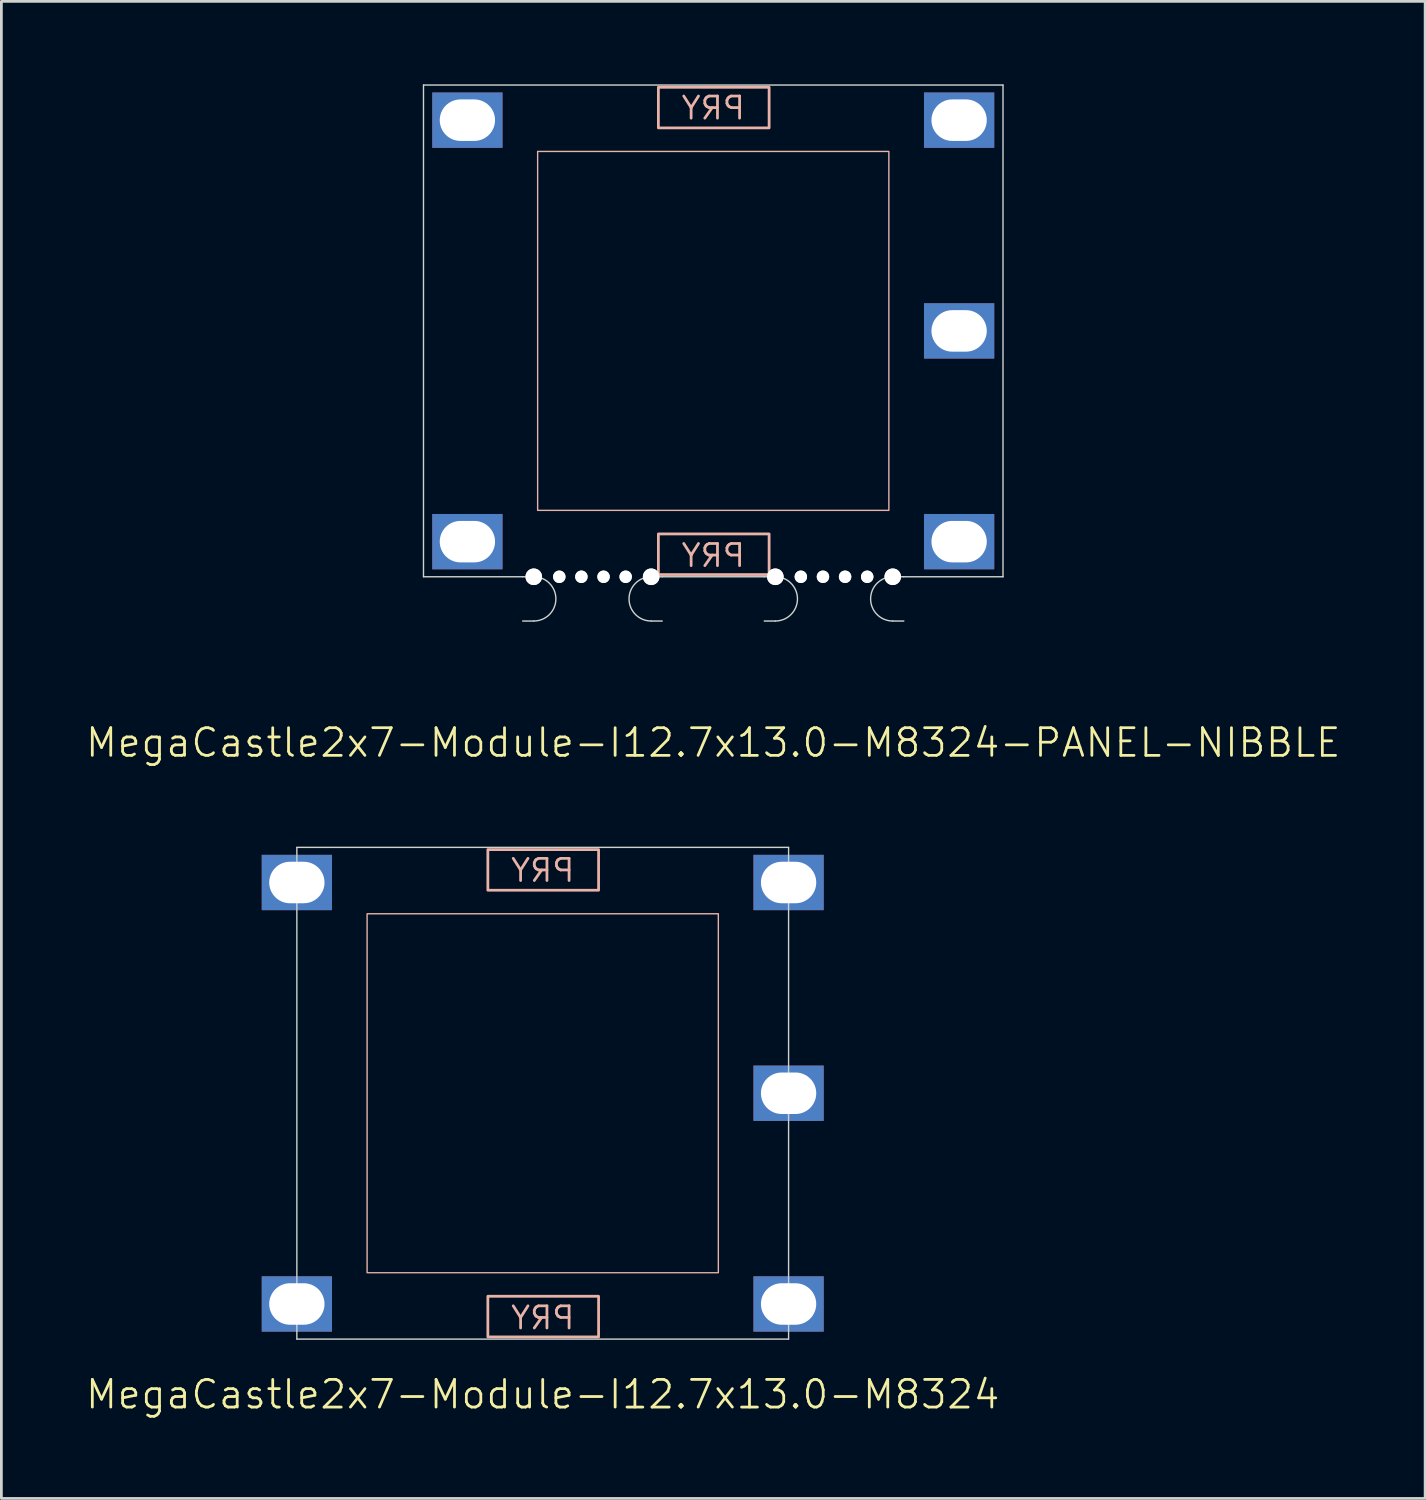
<source format=kicad_pcb>
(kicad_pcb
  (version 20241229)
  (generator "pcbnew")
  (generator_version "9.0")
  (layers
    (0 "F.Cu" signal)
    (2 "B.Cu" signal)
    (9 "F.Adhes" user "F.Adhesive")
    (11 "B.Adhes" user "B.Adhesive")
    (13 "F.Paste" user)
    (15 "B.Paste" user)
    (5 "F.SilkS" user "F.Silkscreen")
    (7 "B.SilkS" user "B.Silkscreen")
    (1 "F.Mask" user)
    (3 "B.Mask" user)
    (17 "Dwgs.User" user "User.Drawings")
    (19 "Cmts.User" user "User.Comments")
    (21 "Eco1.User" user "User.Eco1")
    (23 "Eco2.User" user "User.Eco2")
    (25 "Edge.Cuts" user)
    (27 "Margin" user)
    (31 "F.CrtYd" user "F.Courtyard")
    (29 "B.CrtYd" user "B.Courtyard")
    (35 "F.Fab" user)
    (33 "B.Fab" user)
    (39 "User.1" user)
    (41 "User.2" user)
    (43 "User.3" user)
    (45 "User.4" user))
  (footprint "MegaCastle2x7-Module-I12.7x13.0-M8324-PANEL-NIBBLE"
    (layer "F.Cu")
    (at 22.74 8.915)
    (property "Reference" "MegaCastle2x7-Module-I12.7x13.0-M8324-PANEL-NIBBLE" (at 0 14.89 0) (unlocked yes) (layer "F.SilkS") (effects (font (size 1 1) (thickness 0.1))))
    (attr smd)
    (fp_rect (start -6.35 6.49) (end 6.35 -6.49) (stroke (width 0.05) (type default)) (fill no) (layer "B.SilkS"))
    (fp_rect (start -1.984 -7.341) (end 2.02 -8.81) (stroke (width 0.1) (type default)) (fill no) (layer "B.SilkS"))
    (fp_rect (start -1.984 7.341) (end 2.02 8.81) (stroke (width 0.1) (type default)) (fill no) (layer "B.SilkS"))
    (fp_line (start -10.477 -8.89) (end -10.477 8.89) (stroke (width 0.05) (type default)) (layer "Edge.Cuts"))
    (fp_line (start -10.477 -8.89) (end 10.477 -8.89) (stroke (width 0.05) (type default)) (layer "Edge.Cuts"))
    (fp_line (start -10.477 8.89) (end -6.89 8.89) (stroke (width 0.05) (type default)) (layer "Edge.Cuts"))
    (fp_line (start -6.89 8.89) (end -6.49 8.89) (stroke (width 0.05) (type default)) (layer "Edge.Cuts"))
    (fp_line (start -6.89 10.49) (end -6.49 10.49) (stroke (width 0.05) (type default)) (layer "Edge.Cuts"))
    (fp_line (start -1.845 8.89) (end -2.245 8.89) (stroke (width 0.05) (type default)) (layer "Edge.Cuts"))
    (fp_line (start -1.845 8.89) (end 1.845 8.89) (stroke (width 0.05) (type default)) (layer "Edge.Cuts"))
    (fp_line (start -1.845 10.49) (end -2.245 10.49) (stroke (width 0.05) (type default)) (layer "Edge.Cuts"))
    (fp_line (start 1.845 8.89) (end 2.245 8.89) (stroke (width 0.05) (type default)) (layer "Edge.Cuts"))
    (fp_line (start 1.845 10.49) (end 2.245 10.49) (stroke (width 0.05) (type default)) (layer "Edge.Cuts"))
    (fp_line (start 6.89 8.89) (end 6.49 8.89) (stroke (width 0.05) (type default)) (layer "Edge.Cuts"))
    (fp_line (start 6.89 8.89) (end 10.477 8.89) (stroke (width 0.05) (type default)) (layer "Edge.Cuts"))
    (fp_line (start 6.89 10.49) (end 6.49 10.49) (stroke (width 0.05) (type default)) (layer "Edge.Cuts"))
    (fp_line (start 10.477 -8.89) (end 10.477 8.89) (stroke (width 0.05) (type default)) (layer "Edge.Cuts"))
    (fp_arc (start -6.49 8.89) (mid -5.69 9.69) (end -6.49 10.49) (stroke (width 0.05) (type default)) (layer "Edge.Cuts"))
    (fp_arc (start -2.245 10.49) (mid -3.045 9.69) (end -2.245 8.89) (stroke (width 0.05) (type default)) (layer "Edge.Cuts"))
    (fp_arc (start 2.245 8.89) (mid 3.045 9.69) (end 2.245 10.49) (stroke (width 0.05) (type default)) (layer "Edge.Cuts"))
    (fp_arc (start 6.49 10.49) (mid 5.69 9.69) (end 6.49 8.89) (stroke (width 0.05) (type default)) (layer "Edge.Cuts"))
    (fp_text user "PRY" (at 0 8.59 0) (unlocked yes) (layer "B.SilkS") (effects (font (size 0.8 0.8) (thickness 0.1)) (justify bottom mirror)))
    (fp_text user "PRY" (at 0 -7.59 0) (unlocked yes) (layer "B.SilkS") (effects (font (size 0.8 0.8) (thickness 0.1)) (justify bottom mirror)))
    (pad "" np_thru_hole circle (at -6.49 8.89) (size 0.6 0.6) (drill 0.6) (layers "*.Cu" "Edge.Cuts"))
    (pad "" np_thru_hole circle (at -5.567 8.89) (size 0.45 0.45) (drill 0.45) (layers "*.Cu" "Edge.Cuts"))
    (pad "" np_thru_hole circle (at -4.768 8.89) (size 0.45 0.45) (drill 0.45) (layers "*.Cu" "Edge.Cuts"))
    (pad "" np_thru_hole circle (at -3.967 8.89) (size 0.45 0.45) (drill 0.45) (layers "*.Cu" "Edge.Cuts"))
    (pad "" np_thru_hole circle (at -3.167 8.89) (size 0.45 0.45) (drill 0.45) (layers "*.Cu" "Edge.Cuts"))
    (pad "" np_thru_hole circle (at -2.245 8.89) (size 0.6 0.6) (drill 0.6) (layers "*.Cu" "Edge.Cuts"))
    (pad "" np_thru_hole circle (at 2.245 8.89) (size 0.6 0.6) (drill 0.6) (layers "*.Cu" "Edge.Cuts"))
    (pad "" np_thru_hole circle (at 3.167 8.89) (size 0.45 0.45) (drill 0.45) (layers "*.Cu" "Edge.Cuts"))
    (pad "" np_thru_hole circle (at 3.967 8.89) (size 0.45 0.45) (drill 0.45) (layers "*.Cu" "Edge.Cuts"))
    (pad "" np_thru_hole circle (at 4.767 8.89) (size 0.45 0.45) (drill 0.45) (layers "*.Cu" "Edge.Cuts"))
    (pad "" np_thru_hole circle (at 5.567 8.89) (size 0.45 0.45) (drill 0.45) (layers "*.Cu" "Edge.Cuts"))
    (pad "" np_thru_hole circle (at 6.49 8.89) (size 0.6 0.6) (drill 0.6) (layers "*.Cu" "Edge.Cuts"))
    (pad "1" thru_hole rect (at -8.89 -7.62) (size 2.54 2) (drill oval 2 1.5) (property pad_prop_castellated) (layers "*.Cu" "*.Mask"))
    (pad "7" thru_hole rect (at -8.89 7.62) (size 2.54 2) (drill oval 2 1.5) (property pad_prop_castellated) (layers "*.Cu" "*.Mask"))
    (pad "8" thru_hole rect (at 8.89 -7.62) (size 2.54 2) (drill oval 2 1.5) (property pad_prop_castellated) (layers "*.Cu" "*.Mask"))
    (pad "11" thru_hole rect (at 8.89 0) (size 2.54 2) (drill oval 2 1.5) (property pad_prop_castellated) (layers "*.Cu" "*.Mask"))
    (pad "14" thru_hole rect (at 8.89 7.62) (size 2.54 2) (drill oval 2 1.5) (property pad_prop_castellated) (layers "*.Cu" "*.Mask"))
    (zone (net_name "") (layer "B.Cu") (hatch edge 0.5) (connect_pads) (min_thickness 0.25) (filled_areas_thickness no) (keepout (tracks allowed) (vias allowed) (pads allowed) (copperpour allowed) (footprints not_allowed)) (placement (enabled no)) (fill) (polygon (pts (xy 13.85 17.805) (xy 13.85 0.025) (xy 16.39 0.025) (xy 16.39 17.805))))
    (zone (net_name "") (layer "B.Cu") (hatch edge 0.5) (connect_pads) (min_thickness 0.25) (filled_areas_thickness no) (keepout (tracks allowed) (vias allowed) (pads allowed) (copperpour allowed) (footprints not_allowed)) (placement (enabled no)) (fill) (polygon (pts (xy 16.39 0.025) (xy 16.39 2.425) (xy 29.09 2.425) (xy 29.09 0.025))))
    (zone (net_name "") (layer "B.Cu") (hatch edge 0.5) (connect_pads) (min_thickness 0.25) (filled_areas_thickness no) (keepout (tracks allowed) (vias allowed) (pads allowed) (copperpour allowed) (footprints not_allowed)) (placement (enabled no)) (fill) (polygon (pts (xy 16.39 17.805) (xy 16.39 15.405) (xy 29.09 15.405) (xy 29.09 17.805))))
    (zone (net_name "") (layer "B.Cu") (name "Upper Pry Zone") (hatch edge 0.5) (connect_pads) (min_thickness 0.25) (filled_areas_thickness no) (keepout (tracks not_allowed) (vias not_allowed) (pads not_allowed) (copperpour allowed) (footprints not_allowed)) (placement (enabled no)) (fill) (polygon (pts (xy 20.756 1.574) (xy 20.756 0.105) (xy 24.76 0.105) (xy 24.76 1.574))))
    (zone (net_name "") (layer "B.Cu") (name "Upper Pry Zone") (hatch edge 0.5) (connect_pads) (min_thickness 0.25) (filled_areas_thickness no) (keepout (tracks not_allowed) (vias not_allowed) (pads not_allowed) (copperpour allowed) (footprints not_allowed)) (placement (enabled no)) (fill) (polygon (pts (xy 20.756 16.256) (xy 20.756 17.725) (xy 24.76 17.725) (xy 24.76 16.256))))
    (zone (net_name "") (layer "B.Cu") (hatch edge 0.5) (connect_pads) (min_thickness 0.25) (filled_areas_thickness no) (keepout (tracks allowed) (vias allowed) (pads allowed) (copperpour allowed) (footprints not_allowed)) (placement (enabled no)) (fill) (polygon (pts (xy 31.63 17.805) (xy 31.63 0.025) (xy 29.09 0.025) (xy 29.09 17.805)))))
  (footprint "MegaCastle2x7-Module-I12.7x13.0-M8324"
    (layer "F.Cu")
    (at 16.574 36.48)
    (property "Reference" "MegaCastle2x7-Module-I12.7x13.0-M8324" (at 0 10.89 0) (unlocked yes) (layer "F.SilkS") (effects (font (size 1 1) (thickness 0.1))))
    (attr smd)
    (fp_rect (start -6.35 6.49) (end 6.35 -6.49) (stroke (width 0.05) (type default)) (fill no) (layer "B.SilkS"))
    (fp_rect (start -1.984 -7.341) (end 2.02 -8.81) (stroke (width 0.1) (type default)) (fill no) (layer "B.SilkS"))
    (fp_rect (start -1.984 7.341) (end 2.02 8.81) (stroke (width 0.1) (type default)) (fill no) (layer "B.SilkS"))
    (fp_line (start -8.89 -8.89) (end -8.89 8.89) (stroke (width 0.05) (type default)) (layer "Edge.Cuts"))
    (fp_line (start -8.89 -8.89) (end 8.89 -8.89) (stroke (width 0.05) (type default)) (layer "Edge.Cuts"))
    (fp_line (start -8.89 8.89) (end 8.89 8.89) (stroke (width 0.05) (type default)) (layer "Edge.Cuts"))
    (fp_line (start 8.89 -8.89) (end 8.89 8.89) (stroke (width 0.05) (type default)) (layer "Edge.Cuts"))
    (fp_text user "PRY" (at 0 -7.59 0) (unlocked yes) (layer "B.SilkS") (effects (font (size 0.8 0.8) (thickness 0.1)) (justify bottom mirror)))
    (fp_text user "PRY" (at 0 8.59 0) (unlocked yes) (layer "B.SilkS") (effects (font (size 0.8 0.8) (thickness 0.1)) (justify bottom mirror)))
    (pad "1" thru_hole rect (at -8.89 -7.62) (size 2.54 2) (drill oval 2 1.5) (property pad_prop_castellated) (layers "*.Cu" "*.Mask"))
    (pad "7" thru_hole rect (at -8.89 7.62) (size 2.54 2) (drill oval 2 1.5) (property pad_prop_castellated) (layers "*.Cu" "*.Mask"))
    (pad "8" thru_hole rect (at 8.89 -7.62) (size 2.54 2) (drill oval 2 1.5) (property pad_prop_castellated) (layers "*.Cu" "*.Mask"))
    (pad "11" thru_hole rect (at 8.89 0) (size 2.54 2) (drill oval 2 1.5) (property pad_prop_castellated) (layers "*.Cu" "*.Mask"))
    (pad "14" thru_hole rect (at 8.89 7.62) (size 2.54 2) (drill oval 2 1.5) (property pad_prop_castellated) (layers "*.Cu" "*.Mask"))
    (zone (net_name "") (layer "B.Cu") (hatch edge 0.5) (connect_pads) (min_thickness 0.25) (filled_areas_thickness no) (keepout (tracks allowed) (vias allowed) (pads allowed) (copperpour allowed) (footprints not_allowed)) (placement (enabled no)) (fill) (polygon (pts (xy 7.684 45.37) (xy 7.684 27.59) (xy 10.224 27.59) (xy 10.224 45.37))))
    (zone (net_name "") (layer "B.Cu") (hatch edge 0.5) (connect_pads) (min_thickness 0.25) (filled_areas_thickness no) (keepout (tracks allowed) (vias allowed) (pads allowed) (copperpour allowed) (footprints not_allowed)) (placement (enabled no)) (fill) (polygon (pts (xy 10.224 27.59) (xy 10.224 29.991) (xy 22.924 29.991) (xy 22.924 27.59))))
    (zone (net_name "") (layer "B.Cu") (hatch edge 0.5) (connect_pads) (min_thickness 0.25) (filled_areas_thickness no) (keepout (tracks allowed) (vias allowed) (pads allowed) (copperpour allowed) (footprints not_allowed)) (placement (enabled no)) (fill) (polygon (pts (xy 10.224 45.37) (xy 10.224 42.971) (xy 22.924 42.971) (xy 22.924 45.37))))
    (zone (net_name "") (layer "B.Cu") (name "Upper Pry Zone") (hatch edge 0.5) (connect_pads) (min_thickness 0.25) (filled_areas_thickness no) (keepout (tracks not_allowed) (vias not_allowed) (pads not_allowed) (copperpour allowed) (footprints not_allowed)) (placement (enabled no)) (fill) (polygon (pts (xy 14.59 29.139) (xy 14.59 27.671) (xy 18.593 27.671) (xy 18.593 29.139))))
    (zone (net_name "") (layer "B.Cu") (name "Upper Pry Zone") (hatch edge 0.5) (connect_pads) (min_thickness 0.25) (filled_areas_thickness no) (keepout (tracks not_allowed) (vias not_allowed) (pads not_allowed) (copperpour allowed) (footprints not_allowed)) (placement (enabled no)) (fill) (polygon (pts (xy 14.59 43.822) (xy 14.59 45.291) (xy 18.593 45.291) (xy 18.593 43.822))))
    (zone (net_name "") (layer "B.Cu") (hatch edge 0.5) (connect_pads) (min_thickness 0.25) (filled_areas_thickness no) (keepout (tracks allowed) (vias allowed) (pads allowed) (copperpour allowed) (footprints not_allowed)) (placement (enabled no)) (fill) (polygon (pts (xy 25.464 45.37) (xy 25.464 27.59) (xy 22.924 27.59) (xy 22.924 45.37)))))
  (gr_rect
    (start -3 -3)
    (end 48.481 51.131)
    (stroke (width 0.1) (type default))
    (fill no)
    (layer "Edge.Cuts")))
</source>
